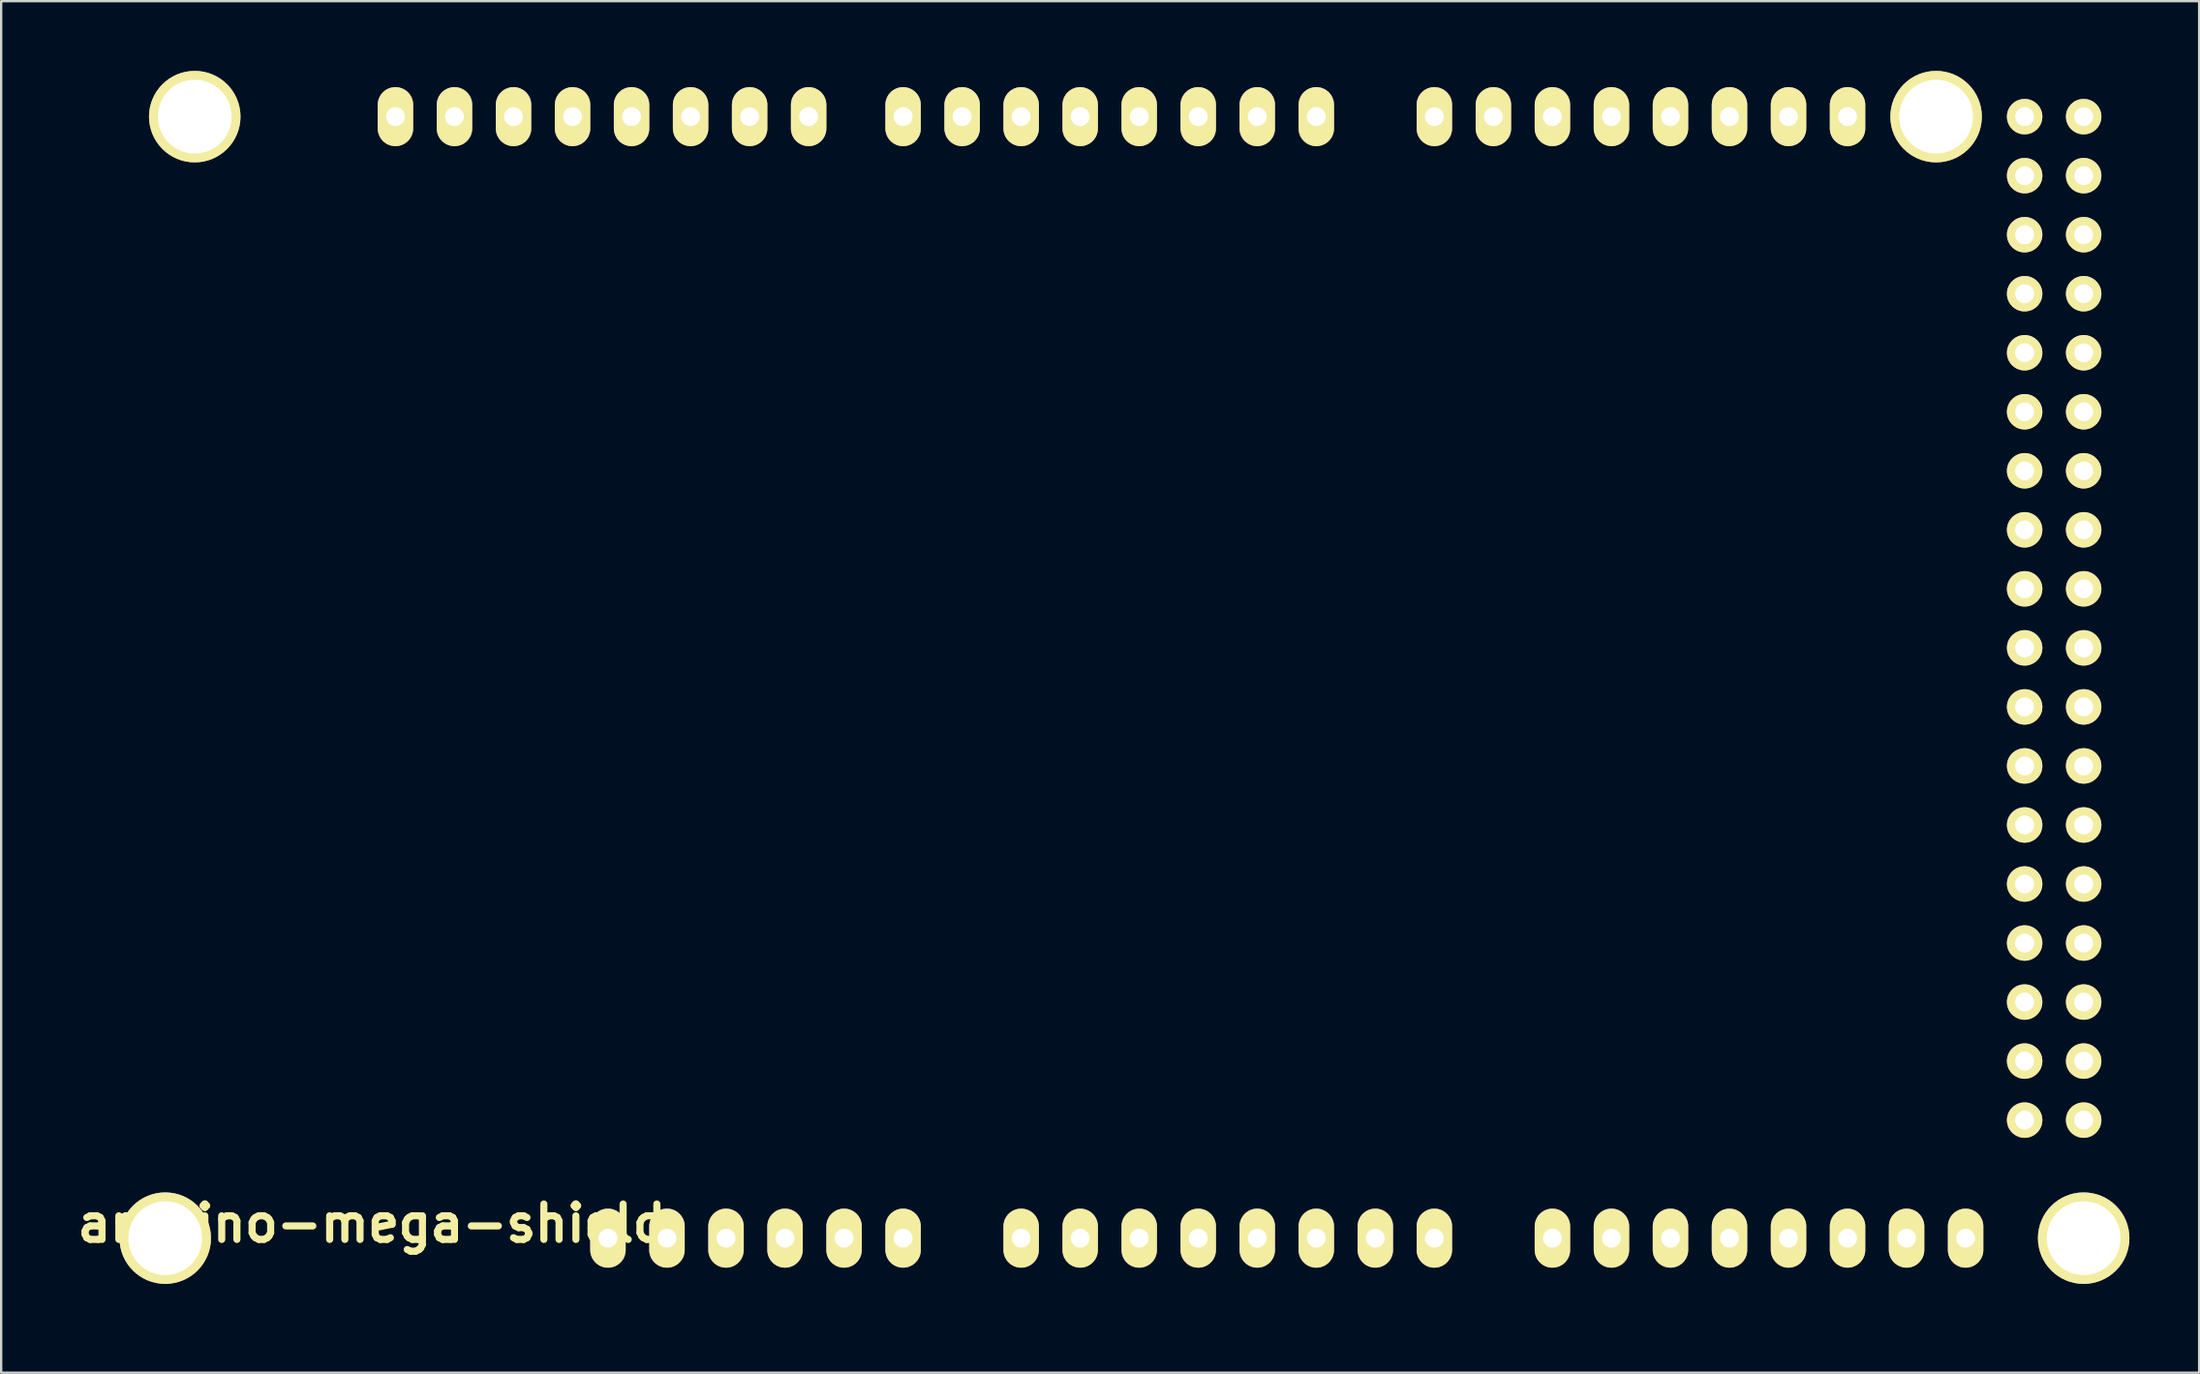
<source format=kicad_pcb>
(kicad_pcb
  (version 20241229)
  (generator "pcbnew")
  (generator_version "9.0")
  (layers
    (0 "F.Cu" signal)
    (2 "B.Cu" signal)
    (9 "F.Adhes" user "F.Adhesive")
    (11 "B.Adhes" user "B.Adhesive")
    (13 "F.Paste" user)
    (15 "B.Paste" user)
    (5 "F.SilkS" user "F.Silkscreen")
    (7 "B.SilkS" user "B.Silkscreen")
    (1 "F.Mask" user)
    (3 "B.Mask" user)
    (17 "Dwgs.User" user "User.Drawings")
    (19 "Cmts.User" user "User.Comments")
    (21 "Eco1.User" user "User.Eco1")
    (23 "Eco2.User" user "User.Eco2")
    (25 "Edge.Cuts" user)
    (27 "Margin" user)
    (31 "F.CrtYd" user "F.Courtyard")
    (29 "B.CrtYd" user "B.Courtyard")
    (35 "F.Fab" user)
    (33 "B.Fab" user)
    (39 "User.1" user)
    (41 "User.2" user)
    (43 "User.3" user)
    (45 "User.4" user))
  (footprint "arduino-mega-shield"
    (layer "F.Cu")
    (at 0.25 52.769)
    (property "Reference" "arduino-mega-shield" (at 12.7 -3.175 0) (layer "F.SilkS") (effects (font (size 1.524 1.524) (thickness 0.305))))
    (attr through_hole)
    (pad "0" thru_hole oval (at 53.34 -50.8 90) (size 2.54 1.524) (drill 0.813) (layers "*.Cu" "*.Mask" "F.SilkS"))
    (pad "1" thru_hole oval (at 50.8 -50.8 90) (size 2.54 1.524) (drill 0.813) (layers "*.Cu" "*.Mask" "F.SilkS"))
    (pad "2" thru_hole oval (at 48.26 -50.8 90) (size 2.54 1.524) (drill 0.813) (layers "*.Cu" "*.Mask" "F.SilkS"))
    (pad "3" thru_hole oval (at 45.72 -50.8 90) (size 2.54 1.524) (drill 0.813) (layers "*.Cu" "*.Mask" "F.SilkS"))
    (pad "3V3" thru_hole oval (at 25.4 -2.54 90) (size 2.54 1.524) (drill 0.813) (layers "*.Cu" "*.Mask" "F.SilkS"))
    (pad "4" thru_hole oval (at 43.18 -50.8 90) (size 2.54 1.524) (drill 0.813) (layers "*.Cu" "*.Mask" "F.SilkS"))
    (pad "5" thru_hole oval (at 40.64 -50.8 90) (size 2.54 1.524) (drill 0.813) (layers "*.Cu" "*.Mask" "F.SilkS"))
    (pad "5V" thru_hole oval (at 27.94 -2.54 90) (size 2.54 1.524) (drill 0.813) (layers "*.Cu" "*.Mask" "F.SilkS"))
    (pad "5V_4" thru_hole circle (at 83.82 -50.8) (size 1.524 1.524) (drill 0.813) (layers "*.Cu" "*.Mask" "F.SilkS"))
    (pad "5V_5" thru_hole circle (at 86.36 -50.8) (size 1.524 1.524) (drill 0.813) (layers "*.Cu" "*.Mask" "F.SilkS"))
    (pad "6" thru_hole oval (at 38.1 -50.8 90) (size 2.54 1.524) (drill 0.813) (layers "*.Cu" "*.Mask" "F.SilkS"))
    (pad "7" thru_hole oval (at 35.56 -50.8 90) (size 2.54 1.524) (drill 0.813) (layers "*.Cu" "*.Mask" "F.SilkS"))
    (pad "8" thru_hole oval (at 31.496 -50.8 90) (size 2.54 1.524) (drill 0.813) (layers "*.Cu" "*.Mask" "F.SilkS"))
    (pad "9" thru_hole oval (at 28.956 -50.8 90) (size 2.54 1.524) (drill 0.813) (layers "*.Cu" "*.Mask" "F.SilkS"))
    (pad "10" thru_hole oval (at 26.416 -50.8 90) (size 2.54 1.524) (drill 0.813) (layers "*.Cu" "*.Mask" "F.SilkS"))
    (pad "11" thru_hole oval (at 23.876 -50.8 90) (size 2.54 1.524) (drill 0.813) (layers "*.Cu" "*.Mask" "F.SilkS"))
    (pad "12" thru_hole oval (at 21.336 -50.8 90) (size 2.54 1.524) (drill 0.813) (layers "*.Cu" "*.Mask" "F.SilkS"))
    (pad "13" thru_hole oval (at 18.796 -50.8 90) (size 2.54 1.524) (drill 0.813) (layers "*.Cu" "*.Mask" "F.SilkS"))
    (pad "14" thru_hole oval (at 58.42 -50.8 90) (size 2.54 1.524) (drill 0.813) (layers "*.Cu" "*.Mask" "F.SilkS"))
    (pad "15" thru_hole oval (at 60.96 -50.8 90) (size 2.54 1.524) (drill 0.813) (layers "*.Cu" "*.Mask" "F.SilkS"))
    (pad "16" thru_hole oval (at 63.5 -50.8 90) (size 2.54 1.524) (drill 0.813) (layers "*.Cu" "*.Mask" "F.SilkS"))
    (pad "17" thru_hole oval (at 66.04 -50.8 90) (size 2.54 1.524) (drill 0.813) (layers "*.Cu" "*.Mask" "F.SilkS"))
    (pad "18" thru_hole oval (at 68.58 -50.8 90) (size 2.54 1.524) (drill 0.813) (layers "*.Cu" "*.Mask" "F.SilkS"))
    (pad "19" thru_hole oval (at 71.12 -50.8 90) (size 2.54 1.524) (drill 0.813) (layers "*.Cu" "*.Mask" "F.SilkS"))
    (pad "20" thru_hole oval (at 73.66 -50.8 90) (size 2.54 1.524) (drill 0.813) (layers "*.Cu" "*.Mask" "F.SilkS"))
    (pad "21" thru_hole oval (at 76.2 -50.8 90) (size 2.54 1.524) (drill 0.813) (layers "*.Cu" "*.Mask" "F.SilkS"))
    (pad "22" thru_hole circle (at 83.82 -48.26) (size 1.524 1.524) (drill 0.813) (layers "*.Cu" "*.Mask" "F.SilkS"))
    (pad "23" thru_hole circle (at 86.36 -48.26) (size 1.524 1.524) (drill 0.813) (layers "*.Cu" "*.Mask" "F.SilkS"))
    (pad "24" thru_hole circle (at 83.82 -45.72) (size 1.524 1.524) (drill 0.813) (layers "*.Cu" "*.Mask" "F.SilkS"))
    (pad "25" thru_hole circle (at 86.36 -45.72) (size 1.524 1.524) (drill 0.813) (layers "*.Cu" "*.Mask" "F.SilkS"))
    (pad "26" thru_hole circle (at 83.82 -43.18) (size 1.524 1.524) (drill 0.813) (layers "*.Cu" "*.Mask" "F.SilkS"))
    (pad "27" thru_hole circle (at 86.36 -43.18) (size 1.524 1.524) (drill 0.813) (layers "*.Cu" "*.Mask" "F.SilkS"))
    (pad "28" thru_hole circle (at 83.82 -40.64) (size 1.524 1.524) (drill 0.813) (layers "*.Cu" "*.Mask" "F.SilkS"))
    (pad "29" thru_hole circle (at 86.36 -40.64) (size 1.524 1.524) (drill 0.813) (layers "*.Cu" "*.Mask" "F.SilkS"))
    (pad "30" thru_hole circle (at 83.82 -38.1) (size 1.524 1.524) (drill 0.813) (layers "*.Cu" "*.Mask" "F.SilkS"))
    (pad "31" thru_hole circle (at 86.36 -38.1) (size 1.524 1.524) (drill 0.813) (layers "*.Cu" "*.Mask" "F.SilkS"))
    (pad "32" thru_hole circle (at 83.82 -35.56) (size 1.524 1.524) (drill 0.813) (layers "*.Cu" "*.Mask" "F.SilkS"))
    (pad "33" thru_hole circle (at 86.36 -35.56) (size 1.524 1.524) (drill 0.813) (layers "*.Cu" "*.Mask" "F.SilkS"))
    (pad "34" thru_hole circle (at 83.82 -33.02) (size 1.524 1.524) (drill 0.813) (layers "*.Cu" "*.Mask" "F.SilkS"))
    (pad "35" thru_hole circle (at 86.36 -33.02) (size 1.524 1.524) (drill 0.813) (layers "*.Cu" "*.Mask" "F.SilkS"))
    (pad "36" thru_hole circle (at 83.82 -30.48) (size 1.524 1.524) (drill 0.813) (layers "*.Cu" "*.Mask" "F.SilkS"))
    (pad "37" thru_hole circle (at 86.36 -30.48) (size 1.524 1.524) (drill 0.813) (layers "*.Cu" "*.Mask" "F.SilkS"))
    (pad "38" thru_hole circle (at 83.82 -27.94) (size 1.524 1.524) (drill 0.813) (layers "*.Cu" "*.Mask" "F.SilkS"))
    (pad "39" thru_hole circle (at 86.36 -27.94) (size 1.524 1.524) (drill 0.813) (layers "*.Cu" "*.Mask" "F.SilkS"))
    (pad "40" thru_hole circle (at 83.82 -25.4) (size 1.524 1.524) (drill 0.813) (layers "*.Cu" "*.Mask" "F.SilkS"))
    (pad "41" thru_hole circle (at 86.36 -25.4) (size 1.524 1.524) (drill 0.813) (layers "*.Cu" "*.Mask" "F.SilkS"))
    (pad "42" thru_hole circle (at 83.82 -22.86) (size 1.524 1.524) (drill 0.813) (layers "*.Cu" "*.Mask" "F.SilkS"))
    (pad "43" thru_hole circle (at 86.36 -22.86) (size 1.524 1.524) (drill 0.813) (layers "*.Cu" "*.Mask" "F.SilkS"))
    (pad "44" thru_hole circle (at 83.82 -20.32) (size 1.524 1.524) (drill 0.813) (layers "*.Cu" "*.Mask" "F.SilkS"))
    (pad "45" thru_hole circle (at 86.36 -20.32) (size 1.524 1.524) (drill 0.813) (layers "*.Cu" "*.Mask" "F.SilkS"))
    (pad "46" thru_hole circle (at 83.82 -17.78) (size 1.524 1.524) (drill 0.813) (layers "*.Cu" "*.Mask" "F.SilkS"))
    (pad "47" thru_hole circle (at 86.36 -17.78) (size 1.524 1.524) (drill 0.813) (layers "*.Cu" "*.Mask" "F.SilkS"))
    (pad "48" thru_hole circle (at 83.82 -15.24) (size 1.524 1.524) (drill 0.813) (layers "*.Cu" "*.Mask" "F.SilkS"))
    (pad "49" thru_hole circle (at 86.36 -15.24) (size 1.524 1.524) (drill 0.813) (layers "*.Cu" "*.Mask" "F.SilkS"))
    (pad "50" thru_hole circle (at 83.82 -12.7) (size 1.524 1.524) (drill 0.813) (layers "*.Cu" "*.Mask" "F.SilkS"))
    (pad "51" thru_hole circle (at 86.36 -12.7) (size 1.524 1.524) (drill 0.813) (layers "*.Cu" "*.Mask" "F.SilkS"))
    (pad "52" thru_hole circle (at 83.82 -10.16) (size 1.524 1.524) (drill 0.813) (layers "*.Cu" "*.Mask" "F.SilkS"))
    (pad "53" thru_hole circle (at 86.36 -10.16) (size 1.524 1.524) (drill 0.813) (layers "*.Cu" "*.Mask" "F.SilkS"))
    (pad "AD0" thru_hole oval (at 40.64 -2.54 90) (size 2.54 1.524) (drill 0.813) (layers "*.Cu" "*.Mask" "F.SilkS"))
    (pad "AD1" thru_hole oval (at 43.18 -2.54 90) (size 2.54 1.524) (drill 0.813) (layers "*.Cu" "*.Mask" "F.SilkS"))
    (pad "AD2" thru_hole oval (at 45.72 -2.54 90) (size 2.54 1.524) (drill 0.813) (layers "*.Cu" "*.Mask" "F.SilkS"))
    (pad "AD3" thru_hole oval (at 48.26 -2.54 90) (size 2.54 1.524) (drill 0.813) (layers "*.Cu" "*.Mask" "F.SilkS"))
    (pad "AD4" thru_hole oval (at 50.8 -2.54 90) (size 2.54 1.524) (drill 0.813) (layers "*.Cu" "*.Mask" "F.SilkS"))
    (pad "AD5" thru_hole oval (at 53.34 -2.54 90) (size 2.54 1.524) (drill 0.813) (layers "*.Cu" "*.Mask" "F.SilkS"))
    (pad "AD6" thru_hole oval (at 55.88 -2.54 90) (size 2.54 1.524) (drill 0.813) (layers "*.Cu" "*.Mask" "F.SilkS"))
    (pad "AD7" thru_hole oval (at 58.42 -2.54 90) (size 2.54 1.524) (drill 0.813) (layers "*.Cu" "*.Mask" "F.SilkS"))
    (pad "AD8" thru_hole oval (at 63.5 -2.54 90) (size 2.54 1.524) (drill 0.813) (layers "*.Cu" "*.Mask" "F.SilkS"))
    (pad "AD9" thru_hole oval (at 66.04 -2.54 90) (size 2.54 1.524) (drill 0.813) (layers "*.Cu" "*.Mask" "F.SilkS"))
    (pad "AD10" thru_hole oval (at 68.58 -2.54 90) (size 2.54 1.524) (drill 0.813) (layers "*.Cu" "*.Mask" "F.SilkS"))
    (pad "AD11" thru_hole oval (at 71.12 -2.54 90) (size 2.54 1.524) (drill 0.813) (layers "*.Cu" "*.Mask" "F.SilkS"))
    (pad "AD12" thru_hole oval (at 73.66 -2.54 90) (size 2.54 1.524) (drill 0.813) (layers "*.Cu" "*.Mask" "F.SilkS"))
    (pad "AD13" thru_hole oval (at 76.2 -2.54 90) (size 2.54 1.524) (drill 0.813) (layers "*.Cu" "*.Mask" "F.SilkS"))
    (pad "AD14" thru_hole oval (at 78.74 -2.54 90) (size 2.54 1.524) (drill 0.813) (layers "*.Cu" "*.Mask" "F.SilkS"))
    (pad "AD15" thru_hole oval (at 81.28 -2.54 90) (size 2.54 1.524) (drill 0.813) (layers "*.Cu" "*.Mask" "F.SilkS"))
    (pad "AREF" thru_hole oval (at 13.716 -50.8 90) (size 2.54 1.524) (drill 0.813) (layers "*.Cu" "*.Mask" "F.SilkS"))
    (pad "GND1" thru_hole circle (at 3.81 -2.54 90) (size 3.937 3.937) (drill 3.175) (layers "*.Cu" "*.Mask" "F.SilkS"))
    (pad "GND1" thru_hole circle (at 5.08 -50.8 90) (size 3.937 3.937) (drill 3.175) (layers "*.Cu" "*.Mask" "F.SilkS"))
    (pad "GND1" thru_hole oval (at 30.48 -2.54 90) (size 2.54 1.524) (drill 0.813) (layers "*.Cu" "*.Mask" "F.SilkS"))
    (pad "GND1" thru_hole circle (at 80.01 -50.8 90) (size 3.937 3.937) (drill 3.175) (layers "*.Cu" "*.Mask" "F.SilkS"))
    (pad "GND1" thru_hole circle (at 86.36 -2.54 90) (size 3.937 3.937) (drill 3.175) (layers "*.Cu" "*.Mask" "F.SilkS"))
    (pad "GND2" thru_hole oval (at 33.02 -2.54 90) (size 2.54 1.524) (drill 0.813) (layers "*.Cu" "*.Mask" "F.SilkS"))
    (pad "GND3" thru_hole oval (at 16.256 -50.8 90) (size 2.54 1.524) (drill 0.813) (layers "*.Cu" "*.Mask" "F.SilkS"))
    (pad "GND4" thru_hole circle (at 83.82 -7.62) (size 1.524 1.524) (drill 0.813) (layers "*.Cu" "*.Mask" "F.SilkS"))
    (pad "GND5" thru_hole circle (at 86.36 -7.62) (size 1.524 1.524) (drill 0.813) (layers "*.Cu" "*.Mask" "F.SilkS"))
    (pad "RST" thru_hole oval (at 22.86 -2.54 90) (size 2.54 1.524) (drill 0.813) (layers "*.Cu" "*.Mask" "F.SilkS"))
    (pad "V_IN" thru_hole oval (at 35.56 -2.54 90) (size 2.54 1.524) (drill 0.813) (layers "*.Cu" "*.Mask" "F.SilkS")))
  (gr_rect
    (start -3 -3)
    (end 91.579 56.019)
    (stroke (width 0.1) (type default))
    (fill no)
    (layer "Edge.Cuts")))
</source>
